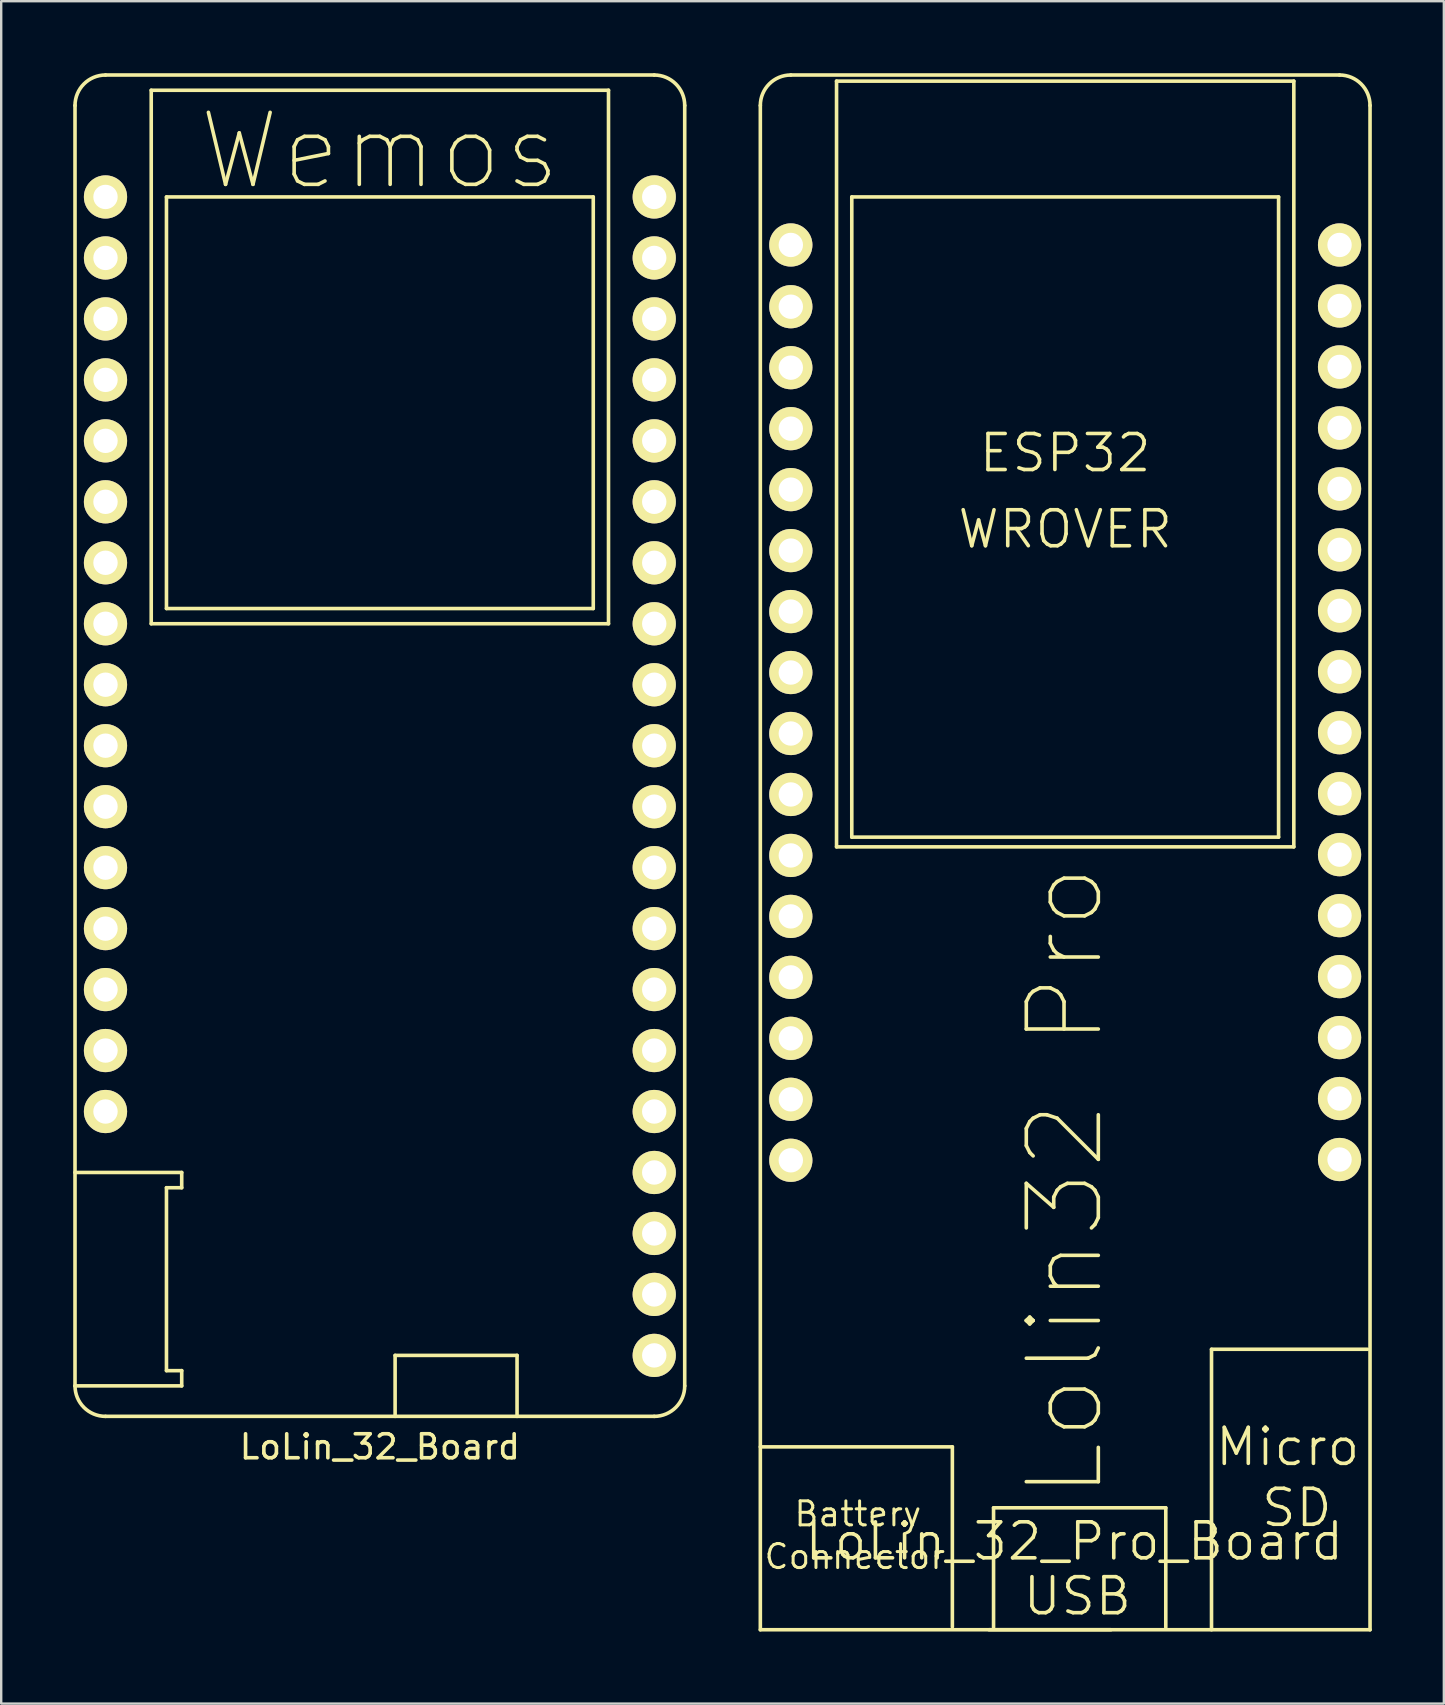
<source format=kicad_pcb>
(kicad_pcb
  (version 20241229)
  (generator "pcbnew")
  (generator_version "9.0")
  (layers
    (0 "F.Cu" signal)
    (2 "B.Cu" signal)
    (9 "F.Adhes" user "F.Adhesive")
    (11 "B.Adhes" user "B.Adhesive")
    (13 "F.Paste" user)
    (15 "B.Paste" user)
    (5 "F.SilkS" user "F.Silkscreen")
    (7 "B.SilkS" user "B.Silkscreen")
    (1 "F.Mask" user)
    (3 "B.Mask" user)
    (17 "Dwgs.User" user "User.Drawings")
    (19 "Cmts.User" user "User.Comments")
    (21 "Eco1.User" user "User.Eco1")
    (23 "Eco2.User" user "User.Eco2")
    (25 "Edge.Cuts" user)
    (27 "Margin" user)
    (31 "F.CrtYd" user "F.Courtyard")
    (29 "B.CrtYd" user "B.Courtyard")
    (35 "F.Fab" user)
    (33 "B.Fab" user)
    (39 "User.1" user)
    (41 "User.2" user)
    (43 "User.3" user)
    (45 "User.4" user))
  (footprint "LoLin_32_Board"
    (layer "F.Cu")
    (at 12.775 29.285)
    (property "Reference" "LoLin_32_Board" (at 0 27.94 0) (layer "F.SilkS") (effects (font (size 1 1) (thickness 0.15))))
    (attr through_hole)
    (fp_line (start -12.7 -27.94) (end -12.7 25.4) (stroke (width 0.15) (type solid)) (layer "F.SilkS"))
    (fp_line (start -12.7 16.51) (end -8.255 16.51) (stroke (width 0.15) (type solid)) (layer "F.SilkS"))
    (fp_line (start -11.43 -29.21) (end 11.43 -29.21) (stroke (width 0.15) (type solid)) (layer "F.SilkS"))
    (fp_line (start -11.43 26.67) (end 11.43 26.67) (stroke (width 0.15) (type solid)) (layer "F.SilkS"))
    (fp_line (start -9.525 -28.575) (end -9.525 -6.35) (stroke (width 0.15) (type solid)) (layer "F.SilkS"))
    (fp_line (start -9.525 -6.35) (end 9.525 -6.35) (stroke (width 0.15) (type solid)) (layer "F.SilkS"))
    (fp_line (start -8.89 -24.13) (end -8.89 -6.985) (stroke (width 0.15) (type solid)) (layer "F.SilkS"))
    (fp_line (start -8.89 -6.985) (end 8.89 -6.985) (stroke (width 0.15) (type solid)) (layer "F.SilkS"))
    (fp_line (start -8.89 17.145) (end -8.89 24.765) (stroke (width 0.15) (type solid)) (layer "F.SilkS"))
    (fp_line (start -8.89 24.765) (end -8.255 24.765) (stroke (width 0.15) (type solid)) (layer "F.SilkS"))
    (fp_line (start -8.255 16.51) (end -8.255 17.145) (stroke (width 0.15) (type solid)) (layer "F.SilkS"))
    (fp_line (start -8.255 17.145) (end -8.89 17.145) (stroke (width 0.15) (type solid)) (layer "F.SilkS"))
    (fp_line (start -8.255 24.765) (end -8.255 25.4) (stroke (width 0.15) (type solid)) (layer "F.SilkS"))
    (fp_line (start -8.255 25.4) (end -12.7 25.4) (stroke (width 0.15) (type solid)) (layer "F.SilkS"))
    (fp_line (start 0.635 24.13) (end 5.715 24.13) (stroke (width 0.15) (type solid)) (layer "F.SilkS"))
    (fp_line (start 0.635 26.67) (end 0.635 24.13) (stroke (width 0.15) (type solid)) (layer "F.SilkS"))
    (fp_line (start 5.715 24.13) (end 5.715 26.67) (stroke (width 0.15) (type solid)) (layer "F.SilkS"))
    (fp_line (start 8.89 -24.13) (end -8.89 -24.13) (stroke (width 0.15) (type solid)) (layer "F.SilkS"))
    (fp_line (start 8.89 -6.985) (end 8.89 -24.13) (stroke (width 0.15) (type solid)) (layer "F.SilkS"))
    (fp_line (start 9.525 -28.575) (end -9.525 -28.575) (stroke (width 0.15) (type solid)) (layer "F.SilkS"))
    (fp_line (start 9.525 -6.35) (end 9.525 -28.575) (stroke (width 0.15) (type solid)) (layer "F.SilkS"))
    (fp_line (start 12.7 -27.94) (end 12.7 25.4) (stroke (width 0.15) (type solid)) (layer "F.SilkS"))
    (fp_arc (start -12.7 -27.94) (mid -12.328026 -28.838026) (end -11.43 -29.21) (stroke (width 0.15) (type solid)) (layer "F.SilkS"))
    (fp_arc (start -11.43 26.67) (mid -12.328026 26.298026) (end -12.7 25.4) (stroke (width 0.15) (type solid)) (layer "F.SilkS"))
    (fp_arc (start 11.43 -29.21) (mid 12.328026 -28.838026) (end 12.7 -27.94) (stroke (width 0.15) (type solid)) (layer "F.SilkS"))
    (fp_arc (start 12.7 25.4) (mid 12.328026 26.298026) (end 11.43 26.67) (stroke (width 0.15) (type solid)) (layer "F.SilkS"))
    (fp_text user "Wemos" (at 0 -26.035 0) (layer "F.SilkS") (effects (font (size 3 3) (thickness 0.15))))
    (pad "1" thru_hole circle (at -11.43 -24.13) (size 1.8 1.8) (drill 1.016) (layers "*.Cu" "*.Mask" "F.SilkS"))
    (pad "2" thru_hole circle (at -11.43 -21.59) (size 1.8 1.8) (drill 1.016) (layers "*.Cu" "*.Mask" "F.SilkS"))
    (pad "3" thru_hole circle (at -11.43 -19.05) (size 1.8 1.8) (drill 1.016) (layers "*.Cu" "*.Mask" "F.SilkS"))
    (pad "4" thru_hole circle (at -11.43 -16.51) (size 1.8 1.8) (drill 1.016) (layers "*.Cu" "*.Mask" "F.SilkS"))
    (pad "5" thru_hole circle (at -11.43 -13.97) (size 1.8 1.8) (drill 1.016) (layers "*.Cu" "*.Mask" "F.SilkS"))
    (pad "6" thru_hole circle (at -11.43 -11.43) (size 1.8 1.8) (drill 1.016) (layers "*.Cu" "*.Mask" "F.SilkS"))
    (pad "7" thru_hole circle (at -11.43 -8.89) (size 1.8 1.8) (drill 1.016) (layers "*.Cu" "*.Mask" "F.SilkS"))
    (pad "8" thru_hole circle (at -11.43 -6.35) (size 1.8 1.8) (drill 1.016) (layers "*.Cu" "*.Mask" "F.SilkS"))
    (pad "9" thru_hole circle (at -11.43 -3.81) (size 1.8 1.8) (drill 1.016) (layers "*.Cu" "*.Mask" "F.SilkS"))
    (pad "10" thru_hole circle (at -11.43 -1.27) (size 1.8 1.8) (drill 1.016) (layers "*.Cu" "*.Mask" "F.SilkS"))
    (pad "11" thru_hole circle (at -11.43 1.27) (size 1.8 1.8) (drill 1.016) (layers "*.Cu" "*.Mask" "F.SilkS"))
    (pad "12" thru_hole circle (at -11.43 3.81) (size 1.8 1.8) (drill 1.016) (layers "*.Cu" "*.Mask" "F.SilkS"))
    (pad "13" thru_hole circle (at -11.43 6.35) (size 1.8 1.8) (drill 1.016) (layers "*.Cu" "*.Mask" "F.SilkS"))
    (pad "14" thru_hole circle (at -11.43 8.89) (size 1.8 1.8) (drill 1.016) (layers "*.Cu" "*.Mask" "F.SilkS"))
    (pad "15" thru_hole circle (at -11.43 11.43) (size 1.8 1.8) (drill 1.016) (layers "*.Cu" "*.Mask" "F.SilkS"))
    (pad "16" thru_hole circle (at -11.43 13.97) (size 1.8 1.8) (drill 1.016) (layers "*.Cu" "*.Mask" "F.SilkS"))
    (pad "17" thru_hole circle (at 11.43 -24.13) (size 1.8 1.8) (drill 1.016) (layers "*.Cu" "*.Mask" "F.SilkS"))
    (pad "18" thru_hole circle (at 11.43 -21.59) (size 1.8 1.8) (drill 1.016) (layers "*.Cu" "*.Mask" "F.SilkS"))
    (pad "19" thru_hole circle (at 11.43 -19.05) (size 1.8 1.8) (drill 1.016) (layers "*.Cu" "*.Mask" "F.SilkS"))
    (pad "20" thru_hole circle (at 11.43 -16.51) (size 1.8 1.8) (drill 1.016) (layers "*.Cu" "*.Mask" "F.SilkS"))
    (pad "21" thru_hole circle (at 11.43 -13.97) (size 1.8 1.8) (drill 1.016) (layers "*.Cu" "*.Mask" "F.SilkS"))
    (pad "22" thru_hole circle (at 11.43 -11.43) (size 1.8 1.8) (drill 1.016) (layers "*.Cu" "*.Mask" "F.SilkS"))
    (pad "23" thru_hole circle (at 11.43 -8.89) (size 1.8 1.8) (drill 1.016) (layers "*.Cu" "*.Mask" "F.SilkS"))
    (pad "24" thru_hole circle (at 11.43 -6.35) (size 1.8 1.8) (drill 1.016) (layers "*.Cu" "*.Mask" "F.SilkS"))
    (pad "25" thru_hole circle (at 11.43 -3.81) (size 1.8 1.8) (drill 1.016) (layers "*.Cu" "*.Mask" "F.SilkS"))
    (pad "26" thru_hole circle (at 11.43 -1.27) (size 1.8 1.8) (drill 1.016) (layers "*.Cu" "*.Mask" "F.SilkS"))
    (pad "27" thru_hole circle (at 11.43 1.27) (size 1.8 1.8) (drill 1.016) (layers "*.Cu" "*.Mask" "F.SilkS"))
    (pad "28" thru_hole circle (at 11.43 3.81) (size 1.8 1.8) (drill 1.016) (layers "*.Cu" "*.Mask" "F.SilkS"))
    (pad "29" thru_hole circle (at 11.43 6.35) (size 1.8 1.8) (drill 1.016) (layers "*.Cu" "*.Mask" "F.SilkS"))
    (pad "30" thru_hole circle (at 11.43 8.89) (size 1.8 1.8) (drill 1.016) (layers "*.Cu" "*.Mask" "F.SilkS"))
    (pad "31" thru_hole circle (at 11.43 11.43) (size 1.8 1.8) (drill 1.016) (layers "*.Cu" "*.Mask" "F.SilkS"))
    (pad "32" thru_hole circle (at 11.43 13.97) (size 1.8 1.8) (drill 1.016) (layers "*.Cu" "*.Mask" "F.SilkS"))
    (pad "33" thru_hole circle (at 11.43 16.51) (size 1.8 1.8) (drill 1.016) (layers "*.Cu" "*.Mask" "F.SilkS"))
    (pad "34" thru_hole circle (at 11.43 19.05) (size 1.8 1.8) (drill 1.016) (layers "*.Cu" "*.Mask" "F.SilkS"))
    (pad "35" thru_hole circle (at 11.43 21.59) (size 1.8 1.8) (drill 1.016) (layers "*.Cu" "*.Mask" "F.SilkS"))
    (pad "36" thru_hole circle (at 11.43 24.13) (size 1.8 1.8) (drill 1.016) (layers "*.Cu" "*.Mask" "F.SilkS")))
  (footprint "LoLin_32_Pro_Board"
    (layer "F.Cu")
    (at 41.325 29.285)
    (property "Reference" "LoLin_32_Pro_Board" (at 0.381 31.877 0) (layer "F.SilkS") (effects (font (size 1.5 1.5) (thickness 0.15))))
    (attr through_hole)
    (fp_line (start -12.7 -27.94) (end -12.7 35.56) (stroke (width 0.15) (type solid)) (layer "F.SilkS"))
    (fp_line (start -12.7 27.94) (end -4.7 27.94) (stroke (width 0.15) (type solid)) (layer "F.SilkS"))
    (fp_line (start -12.7 35.56) (end 12.7 35.56) (stroke (width 0.15) (type solid)) (layer "F.SilkS"))
    (fp_line (start -11.43 -29.21) (end 11.43 -29.21) (stroke (width 0.15) (type solid)) (layer "F.SilkS"))
    (fp_line (start -9.525 2.944) (end -9.525 -28.956) (stroke (width 0.15) (type solid)) (layer "F.SilkS"))
    (fp_line (start -9.525 2.944) (end 9.525 2.944) (stroke (width 0.15) (type solid)) (layer "F.SilkS"))
    (fp_line (start -8.89 -24.13) (end -8.89 2.54) (stroke (width 0.15) (type solid)) (layer "F.SilkS"))
    (fp_line (start -8.89 2.54) (end 8.89 2.54) (stroke (width 0.15) (type solid)) (layer "F.SilkS"))
    (fp_line (start -4.7 27.94) (end -4.7 35.44) (stroke (width 0.15) (type solid)) (layer "F.SilkS"))
    (fp_line (start -3.175 35.56) (end 1.905 35.56) (stroke (width 0.15) (type solid)) (layer "F.SilkS"))
    (fp_line (start -2.984 30.48) (end -2.984 35.46) (stroke (width 0.15) (type solid)) (layer "F.SilkS"))
    (fp_line (start -2.984 30.48) (end 4.191 30.48) (stroke (width 0.15) (type solid)) (layer "F.SilkS"))
    (fp_line (start 4.191 30.48) (end 4.191 35.46) (stroke (width 0.15) (type solid)) (layer "F.SilkS"))
    (fp_line (start 6.096 23.876) (end 6.096 35.56) (stroke (width 0.15) (type solid)) (layer "F.SilkS"))
    (fp_line (start 6.096 23.876) (end 12.596 23.876) (stroke (width 0.15) (type solid)) (layer "F.SilkS"))
    (fp_line (start 8.89 -24.13) (end -8.89 -24.13) (stroke (width 0.15) (type solid)) (layer "F.SilkS"))
    (fp_line (start 8.89 2.54) (end 8.89 -24.13) (stroke (width 0.15) (type solid)) (layer "F.SilkS"))
    (fp_line (start 9.525 -28.956) (end -9.525 -28.956) (stroke (width 0.15) (type solid)) (layer "F.SilkS"))
    (fp_line (start 9.525 2.944) (end 9.525 -28.956) (stroke (width 0.15) (type solid)) (layer "F.SilkS"))
    (fp_line (start 12.7 -27.94) (end 12.7 35.56) (stroke (width 0.15) (type solid)) (layer "F.SilkS"))
    (fp_arc (start -12.7 -27.94) (mid -12.328026 -28.838026) (end -11.43 -29.21) (stroke (width 0.15) (type solid)) (layer "F.SilkS"))
    (fp_arc (start 11.43 -29.21) (mid 12.328026 -28.838026) (end 12.7 -27.94) (stroke (width 0.15) (type solid)) (layer "F.SilkS"))
    (fp_text user "ESP32" (at 0 -13.462 0) (layer "F.SilkS") (effects (font (size 1.5 1.5) (thickness 0.15))))
    (fp_text user "Battery" (at -8.636 30.734 0) (layer "F.SilkS") (effects (font (size 1 1) (thickness 0.125))))
    (fp_text user "Lolin32 Pro" (at 0 16.891 90) (layer "F.SilkS") (effects (font (size 3 3) (thickness 0.15))))
    (fp_text user "SD" (at 9.652 30.48 0) (layer "F.SilkS") (effects (font (size 1.5 1.5) (thickness 0.15))))
    (fp_text user "USB" (at 0.508 34.163 0) (layer "F.SilkS") (effects (font (size 1.5 1.5) (thickness 0.15))))
    (fp_text user "Connector" (at -8.763 32.512 0) (layer "F.SilkS") (effects (font (size 1 1) (thickness 0.125))))
    (fp_text user "Micro" (at 9.271 27.94 0) (layer "F.SilkS") (effects (font (size 1.5 1.5) (thickness 0.15))))
    (fp_text user "WROVER" (at 0 -10.287 0) (layer "F.SilkS") (effects (font (size 1.5 1.5) (thickness 0.15))))
    (pad "1" thru_hole circle (at -11.43 -22.13) (size 1.8 1.8) (drill 1.016) (layers "*.Cu" "*.Mask" "F.SilkS"))
    (pad "2" thru_hole circle (at -11.43 -19.558) (size 1.8 1.8) (drill 1.016) (layers "*.Cu" "*.Mask" "F.SilkS"))
    (pad "3" thru_hole circle (at -11.43 -17.018) (size 1.8 1.8) (drill 1.016) (layers "*.Cu" "*.Mask" "F.SilkS"))
    (pad "4" thru_hole circle (at -11.43 -14.478) (size 1.8 1.8) (drill 1.016) (layers "*.Cu" "*.Mask" "F.SilkS"))
    (pad "5" thru_hole circle (at -11.43 -11.938) (size 1.8 1.8) (drill 1.016) (layers "*.Cu" "*.Mask" "F.SilkS"))
    (pad "6" thru_hole circle (at -11.43 -9.398) (size 1.8 1.8) (drill 1.016) (layers "*.Cu" "*.Mask" "F.SilkS"))
    (pad "7" thru_hole circle (at -11.43 -6.858) (size 1.8 1.8) (drill 1.016) (layers "*.Cu" "*.Mask" "F.SilkS"))
    (pad "8" thru_hole circle (at -11.43 -4.318) (size 1.8 1.8) (drill 1.016) (layers "*.Cu" "*.Mask" "F.SilkS"))
    (pad "9" thru_hole circle (at -11.43 -1.778) (size 1.8 1.8) (drill 1.016) (layers "*.Cu" "*.Mask" "F.SilkS"))
    (pad "10" thru_hole circle (at -11.43 0.762) (size 1.8 1.8) (drill 1.016) (layers "*.Cu" "*.Mask" "F.SilkS"))
    (pad "11" thru_hole circle (at -11.43 3.302) (size 1.8 1.8) (drill 1.016) (layers "*.Cu" "*.Mask" "F.SilkS"))
    (pad "12" thru_hole circle (at -11.43 5.842) (size 1.8 1.8) (drill 1.016) (layers "*.Cu" "*.Mask" "F.SilkS"))
    (pad "13" thru_hole circle (at -11.43 8.382) (size 1.8 1.8) (drill 1.016) (layers "*.Cu" "*.Mask" "F.SilkS"))
    (pad "14" thru_hole circle (at -11.43 10.922) (size 1.8 1.8) (drill 1.016) (layers "*.Cu" "*.Mask" "F.SilkS"))
    (pad "15" thru_hole circle (at -11.43 13.462) (size 1.8 1.8) (drill 1.016) (layers "*.Cu" "*.Mask" "F.SilkS"))
    (pad "16" thru_hole circle (at -11.43 16.002) (size 1.8 1.8) (drill 1.016) (layers "*.Cu" "*.Mask" "F.SilkS"))
    (pad "17" thru_hole circle (at 11.43 -22.13) (size 1.8 1.8) (drill 1.016) (layers "*.Cu" "*.Mask" "F.SilkS"))
    (pad "18" thru_hole circle (at 11.43 -19.59) (size 1.8 1.8) (drill 1.016) (layers "*.Cu" "*.Mask" "F.SilkS"))
    (pad "19" thru_hole circle (at 11.43 -17.05) (size 1.8 1.8) (drill 1.016) (layers "*.Cu" "*.Mask" "F.SilkS"))
    (pad "20" thru_hole circle (at 11.43 -14.51) (size 1.8 1.8) (drill 1.016) (layers "*.Cu" "*.Mask" "F.SilkS"))
    (pad "21" thru_hole circle (at 11.43 -11.97) (size 1.8 1.8) (drill 1.016) (layers "*.Cu" "*.Mask" "F.SilkS"))
    (pad "22" thru_hole circle (at 11.43 -9.43) (size 1.8 1.8) (drill 1.016) (layers "*.Cu" "*.Mask" "F.SilkS"))
    (pad "23" thru_hole circle (at 11.43 -6.89) (size 1.8 1.8) (drill 1.016) (layers "*.Cu" "*.Mask" "F.SilkS"))
    (pad "24" thru_hole circle (at 11.43 -4.35) (size 1.8 1.8) (drill 1.016) (layers "*.Cu" "*.Mask" "F.SilkS"))
    (pad "25" thru_hole circle (at 11.43 -1.81) (size 1.8 1.8) (drill 1.016) (layers "*.Cu" "*.Mask" "F.SilkS"))
    (pad "26" thru_hole circle (at 11.43 0.73) (size 1.8 1.8) (drill 1.016) (layers "*.Cu" "*.Mask" "F.SilkS"))
    (pad "27" thru_hole circle (at 11.43 3.27) (size 1.8 1.8) (drill 1.016) (layers "*.Cu" "*.Mask" "F.SilkS"))
    (pad "28" thru_hole circle (at 11.43 5.81) (size 1.8 1.8) (drill 1.016) (layers "*.Cu" "*.Mask" "F.SilkS"))
    (pad "29" thru_hole circle (at 11.43 8.35) (size 1.8 1.8) (drill 1.016) (layers "*.Cu" "*.Mask" "F.SilkS"))
    (pad "30" thru_hole circle (at 11.43 10.89) (size 1.8 1.8) (drill 1.016) (layers "*.Cu" "*.Mask" "F.SilkS"))
    (pad "31" thru_hole circle (at 11.43 13.43) (size 1.8 1.8) (drill 1.016) (layers "*.Cu" "*.Mask" "F.SilkS"))
    (pad "32" thru_hole circle (at 11.43 15.97) (size 1.8 1.8) (drill 1.016) (layers "*.Cu" "*.Mask" "F.SilkS")))
  (gr_rect
    (start -3 -3)
    (end 57.1 67.92)
    (stroke (width 0.1) (type default))
    (fill no)
    (layer "Edge.Cuts")))
</source>
